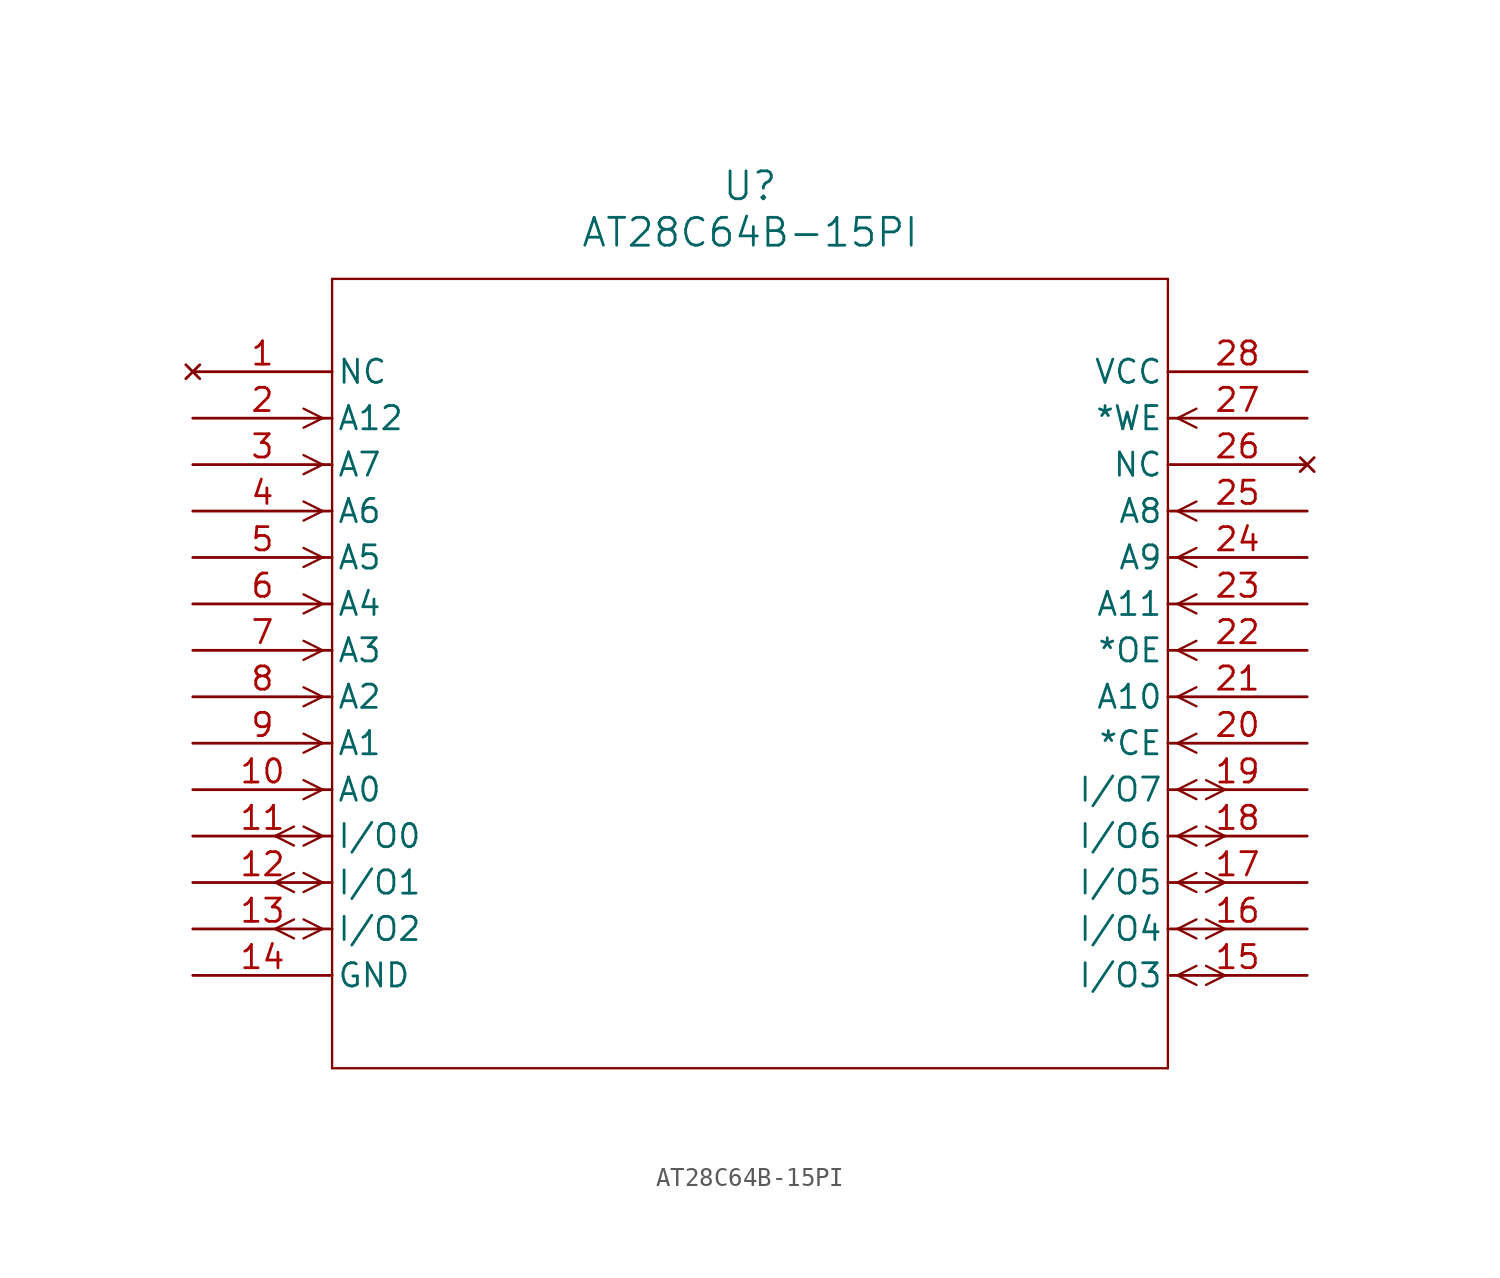
<source format=kicad_sym>
(kicad_symbol_lib
  (version 20211014)
  (generator kicad_symbol_editor)
  (symbol "AT28C64B-15PI"
    (pin_names
      (offset 0.254))
    (property "Reference" "U"
      (at 30.48 10.16 0)
      (effects (font (size 1.524 1.524))))
    (property "Value" "AT28C64B-15PI"
      (at 30.48 7.62 0)
      (effects (font (size 1.524 1.524))))
    (symbol "AT28C64B-15PI_0_1"
      (polyline (pts (xy 7.099 -2.54) (xy 6.058 -2.019)) (stroke (width 0.127) (type default) (color 0 0 0 0)) (fill (type none)))
      (polyline (pts (xy 7.099 -2.54) (xy 6.058 -3.061)) (stroke (width 0.127) (type default) (color 0 0 0 0)) (fill (type none)))
      (polyline (pts (xy 7.099 -5.08) (xy 6.058 -4.559)) (stroke (width 0.127) (type default) (color 0 0 0 0)) (fill (type none)))
      (polyline (pts (xy 7.099 -5.08) (xy 6.058 -5.601)) (stroke (width 0.127) (type default) (color 0 0 0 0)) (fill (type none)))
      (polyline (pts (xy 7.099 -7.62) (xy 6.058 -7.099)) (stroke (width 0.127) (type default) (color 0 0 0 0)) (fill (type none)))
      (polyline (pts (xy 7.099 -7.62) (xy 6.058 -8.141)) (stroke (width 0.127) (type default) (color 0 0 0 0)) (fill (type none)))
      (polyline (pts (xy 7.099 -10.16) (xy 6.058 -9.639)) (stroke (width 0.127) (type default) (color 0 0 0 0)) (fill (type none)))
      (polyline (pts (xy 7.099 -10.16) (xy 6.058 -10.681)) (stroke (width 0.127) (type default) (color 0 0 0 0)) (fill (type none)))
      (polyline (pts (xy 7.099 -12.7) (xy 6.058 -12.179)) (stroke (width 0.127) (type default) (color 0 0 0 0)) (fill (type none)))
      (polyline (pts (xy 7.099 -12.7) (xy 6.058 -13.221)) (stroke (width 0.127) (type default) (color 0 0 0 0)) (fill (type none)))
      (polyline (pts (xy 7.099 -15.24) (xy 6.058 -14.719)) (stroke (width 0.127) (type default) (color 0 0 0 0)) (fill (type none)))
      (polyline (pts (xy 7.099 -15.24) (xy 6.058 -15.761)) (stroke (width 0.127) (type default) (color 0 0 0 0)) (fill (type none)))
      (polyline (pts (xy 7.099 -17.78) (xy 6.058 -17.259)) (stroke (width 0.127) (type default) (color 0 0 0 0)) (fill (type none)))
      (polyline (pts (xy 7.099 -17.78) (xy 6.058 -18.301)) (stroke (width 0.127) (type default) (color 0 0 0 0)) (fill (type none)))
      (polyline (pts (xy 7.099 -20.32) (xy 6.058 -19.799)) (stroke (width 0.127) (type default) (color 0 0 0 0)) (fill (type none)))
      (polyline (pts (xy 7.099 -20.32) (xy 6.058 -20.841)) (stroke (width 0.127) (type default) (color 0 0 0 0)) (fill (type none)))
      (polyline (pts (xy 7.099 -22.86) (xy 6.058 -22.339)) (stroke (width 0.127) (type default) (color 0 0 0 0)) (fill (type none)))
      (polyline (pts (xy 7.099 -22.86) (xy 6.058 -23.381)) (stroke (width 0.127) (type default) (color 0 0 0 0)) (fill (type none)))
      (polyline (pts (xy 7.099 -25.4) (xy 6.058 -24.879)) (stroke (width 0.127) (type default) (color 0 0 0 0)) (fill (type none)))
      (polyline (pts (xy 7.099 -25.4) (xy 6.058 -25.921)) (stroke (width 0.127) (type default) (color 0 0 0 0)) (fill (type none)))
      (polyline (pts (xy 5.537 -24.879) (xy 4.496 -25.4)) (stroke (width 0.127) (type default) (color 0 0 0 0)) (fill (type none)))
      (polyline (pts (xy 5.537 -25.921) (xy 4.496 -25.4)) (stroke (width 0.127) (type default) (color 0 0 0 0)) (fill (type none)))
      (polyline (pts (xy 7.099 -27.94) (xy 6.058 -27.419)) (stroke (width 0.127) (type default) (color 0 0 0 0)) (fill (type none)))
      (polyline (pts (xy 7.099 -27.94) (xy 6.058 -28.461)) (stroke (width 0.127) (type default) (color 0 0 0 0)) (fill (type none)))
      (polyline (pts (xy 5.537 -27.419) (xy 4.496 -27.94)) (stroke (width 0.127) (type default) (color 0 0 0 0)) (fill (type none)))
      (polyline (pts (xy 5.537 -28.461) (xy 4.496 -27.94)) (stroke (width 0.127) (type default) (color 0 0 0 0)) (fill (type none)))
      (polyline (pts (xy 7.099 -30.48) (xy 6.058 -29.959)) (stroke (width 0.127) (type default) (color 0 0 0 0)) (fill (type none)))
      (polyline (pts (xy 7.099 -30.48) (xy 6.058 -31.001)) (stroke (width 0.127) (type default) (color 0 0 0 0)) (fill (type none)))
      (polyline (pts (xy 5.537 -29.959) (xy 4.496 -30.48)) (stroke (width 0.127) (type default) (color 0 0 0 0)) (fill (type none)))
      (polyline (pts (xy 5.537 -31.001) (xy 4.496 -30.48)) (stroke (width 0.127) (type default) (color 0 0 0 0)) (fill (type none)))
      (polyline (pts (xy 53.861 -33.02) (xy 54.902 -32.499)) (stroke (width 0.127) (type default) (color 0 0 0 0)) (fill (type none)))
      (polyline (pts (xy 53.861 -33.02) (xy 54.902 -33.541)) (stroke (width 0.127) (type default) (color 0 0 0 0)) (fill (type none)))
      (polyline (pts (xy 55.423 -32.499) (xy 56.464 -33.02)) (stroke (width 0.127) (type default) (color 0 0 0 0)) (fill (type none)))
      (polyline (pts (xy 55.423 -33.541) (xy 56.464 -33.02)) (stroke (width 0.127) (type default) (color 0 0 0 0)) (fill (type none)))
      (polyline (pts (xy 53.861 -30.48) (xy 54.902 -29.959)) (stroke (width 0.127) (type default) (color 0 0 0 0)) (fill (type none)))
      (polyline (pts (xy 53.861 -30.48) (xy 54.902 -31.001)) (stroke (width 0.127) (type default) (color 0 0 0 0)) (fill (type none)))
      (polyline (pts (xy 55.423 -29.959) (xy 56.464 -30.48)) (stroke (width 0.127) (type default) (color 0 0 0 0)) (fill (type none)))
      (polyline (pts (xy 55.423 -31.001) (xy 56.464 -30.48)) (stroke (width 0.127) (type default) (color 0 0 0 0)) (fill (type none)))
      (polyline (pts (xy 53.861 -27.94) (xy 54.902 -27.419)) (stroke (width 0.127) (type default) (color 0 0 0 0)) (fill (type none)))
      (polyline (pts (xy 53.861 -27.94) (xy 54.902 -28.461)) (stroke (width 0.127) (type default) (color 0 0 0 0)) (fill (type none)))
      (polyline (pts (xy 55.423 -27.419) (xy 56.464 -27.94)) (stroke (width 0.127) (type default) (color 0 0 0 0)) (fill (type none)))
      (polyline (pts (xy 55.423 -28.461) (xy 56.464 -27.94)) (stroke (width 0.127) (type default) (color 0 0 0 0)) (fill (type none)))
      (polyline (pts (xy 53.861 -25.4) (xy 54.902 -24.879)) (stroke (width 0.127) (type default) (color 0 0 0 0)) (fill (type none)))
      (polyline (pts (xy 53.861 -25.4) (xy 54.902 -25.921)) (stroke (width 0.127) (type default) (color 0 0 0 0)) (fill (type none)))
      (polyline (pts (xy 55.423 -24.879) (xy 56.464 -25.4)) (stroke (width 0.127) (type default) (color 0 0 0 0)) (fill (type none)))
      (polyline (pts (xy 55.423 -25.921) (xy 56.464 -25.4)) (stroke (width 0.127) (type default) (color 0 0 0 0)) (fill (type none)))
      (polyline (pts (xy 53.861 -22.86) (xy 54.902 -22.339)) (stroke (width 0.127) (type default) (color 0 0 0 0)) (fill (type none)))
      (polyline (pts (xy 53.861 -22.86) (xy 54.902 -23.381)) (stroke (width 0.127) (type default) (color 0 0 0 0)) (fill (type none)))
      (polyline (pts (xy 55.423 -22.339) (xy 56.464 -22.86)) (stroke (width 0.127) (type default) (color 0 0 0 0)) (fill (type none)))
      (polyline (pts (xy 55.423 -23.381) (xy 56.464 -22.86)) (stroke (width 0.127) (type default) (color 0 0 0 0)) (fill (type none)))
      (polyline (pts (xy 53.861 -20.32) (xy 54.902 -19.799)) (stroke (width 0.127) (type default) (color 0 0 0 0)) (fill (type none)))
      (polyline (pts (xy 53.861 -20.32) (xy 54.902 -20.841)) (stroke (width 0.127) (type default) (color 0 0 0 0)) (fill (type none)))
      (polyline (pts (xy 53.861 -17.78) (xy 54.902 -17.259)) (stroke (width 0.127) (type default) (color 0 0 0 0)) (fill (type none)))
      (polyline (pts (xy 53.861 -17.78) (xy 54.902 -18.301)) (stroke (width 0.127) (type default) (color 0 0 0 0)) (fill (type none)))
      (polyline (pts (xy 53.861 -15.24) (xy 54.902 -14.719)) (stroke (width 0.127) (type default) (color 0 0 0 0)) (fill (type none)))
      (polyline (pts (xy 53.861 -15.24) (xy 54.902 -15.761)) (stroke (width 0.127) (type default) (color 0 0 0 0)) (fill (type none)))
      (polyline (pts (xy 53.861 -12.7) (xy 54.902 -12.179)) (stroke (width 0.127) (type default) (color 0 0 0 0)) (fill (type none)))
      (polyline (pts (xy 53.861 -12.7) (xy 54.902 -13.221)) (stroke (width 0.127) (type default) (color 0 0 0 0)) (fill (type none)))
      (polyline (pts (xy 53.861 -10.16) (xy 54.902 -9.639)) (stroke (width 0.127) (type default) (color 0 0 0 0)) (fill (type none)))
      (polyline (pts (xy 53.861 -10.16) (xy 54.902 -10.681)) (stroke (width 0.127) (type default) (color 0 0 0 0)) (fill (type none)))
      (polyline (pts (xy 53.861 -7.62) (xy 54.902 -7.099)) (stroke (width 0.127) (type default) (color 0 0 0 0)) (fill (type none)))
      (polyline (pts (xy 53.861 -7.62) (xy 54.902 -8.141)) (stroke (width 0.127) (type default) (color 0 0 0 0)) (fill (type none)))
      (polyline (pts (xy 53.861 -2.54) (xy 54.902 -2.019)) (stroke (width 0.127) (type default) (color 0 0 0 0)) (fill (type none)))
      (polyline (pts (xy 53.861 -2.54) (xy 54.902 -3.061)) (stroke (width 0.127) (type default) (color 0 0 0 0)) (fill (type none)))
      (polyline (pts (xy 7.62 5.08) (xy 7.62 -38.1)) (stroke (width 0.127) (type default) (color 0 0 0 0)) (fill (type none)))
      (polyline (pts (xy 7.62 -38.1) (xy 53.34 -38.1)) (stroke (width 0.127) (type default) (color 0 0 0 0)) (fill (type none)))
      (polyline (pts (xy 53.34 -38.1) (xy 53.34 5.08)) (stroke (width 0.127) (type default) (color 0 0 0 0)) (fill (type none)))
      (polyline (pts (xy 53.34 5.08) (xy 7.62 5.08)) (stroke (width 0.127) (type default) (color 0 0 0 0)) (fill (type none)))
      (pin no_connect line (at 0 0 0) (length 7.62) (name "NC" (effects (font (size 1.27 1.27)))) (number "1" (effects (font (size 1.27 1.27)))))
      (pin input line (at 0 -2.54 0) (length 7.62) (name "A12" (effects (font (size 1.27 1.27)))) (number "2" (effects (font (size 1.27 1.27)))))
      (pin input line (at 0 -5.08 0) (length 7.62) (name "A7" (effects (font (size 1.27 1.27)))) (number "3" (effects (font (size 1.27 1.27)))))
      (pin input line (at 0 -7.62 0) (length 7.62) (name "A6" (effects (font (size 1.27 1.27)))) (number "4" (effects (font (size 1.27 1.27)))))
      (pin input line (at 0 -10.16 0) (length 7.62) (name "A5" (effects (font (size 1.27 1.27)))) (number "5" (effects (font (size 1.27 1.27)))))
      (pin input line (at 0 -12.7 0) (length 7.62) (name "A4" (effects (font (size 1.27 1.27)))) (number "6" (effects (font (size 1.27 1.27)))))
      (pin input line (at 0 -15.24 0) (length 7.62) (name "A3" (effects (font (size 1.27 1.27)))) (number "7" (effects (font (size 1.27 1.27)))))
      (pin input line (at 0 -17.78 0) (length 7.62) (name "A2" (effects (font (size 1.27 1.27)))) (number "8" (effects (font (size 1.27 1.27)))))
      (pin input line (at 0 -20.32 0) (length 7.62) (name "A1" (effects (font (size 1.27 1.27)))) (number "9" (effects (font (size 1.27 1.27)))))
      (pin input line (at 0 -22.86 0) (length 7.62) (name "A0" (effects (font (size 1.27 1.27)))) (number "10" (effects (font (size 1.27 1.27)))))
      (pin bidirectional line (at 0 -25.4 0) (length 7.62) (name "I/O0" (effects (font (size 1.27 1.27)))) (number "11" (effects (font (size 1.27 1.27)))))
      (pin bidirectional line (at 0 -27.94 0) (length 7.62) (name "I/O1" (effects (font (size 1.27 1.27)))) (number "12" (effects (font (size 1.27 1.27)))))
      (pin bidirectional line (at 0 -30.48 0) (length 7.62) (name "I/O2" (effects (font (size 1.27 1.27)))) (number "13" (effects (font (size 1.27 1.27)))))
      (pin power_in line (at 0 -33.02 0) (length 7.62) (name "GND" (effects (font (size 1.27 1.27)))) (number "14" (effects (font (size 1.27 1.27)))))
      (pin bidirectional line (at 60.96 -33.02 180) (length 7.62) (name "I/O3" (effects (font (size 1.27 1.27)))) (number "15" (effects (font (size 1.27 1.27)))))
      (pin bidirectional line (at 60.96 -30.48 180) (length 7.62) (name "I/O4" (effects (font (size 1.27 1.27)))) (number "16" (effects (font (size 1.27 1.27)))))
      (pin bidirectional line (at 60.96 -27.94 180) (length 7.62) (name "I/O5" (effects (font (size 1.27 1.27)))) (number "17" (effects (font (size 1.27 1.27)))))
      (pin bidirectional line (at 60.96 -25.4 180) (length 7.62) (name "I/O6" (effects (font (size 1.27 1.27)))) (number "18" (effects (font (size 1.27 1.27)))))
      (pin bidirectional line (at 60.96 -22.86 180) (length 7.62) (name "I/O7" (effects (font (size 1.27 1.27)))) (number "19" (effects (font (size 1.27 1.27)))))
      (pin input line (at 60.96 -20.32 180) (length 7.62) (name "*CE" (effects (font (size 1.27 1.27)))) (number "20" (effects (font (size 1.27 1.27)))))
      (pin input line (at 60.96 -17.78 180) (length 7.62) (name "A10" (effects (font (size 1.27 1.27)))) (number "21" (effects (font (size 1.27 1.27)))))
      (pin input line (at 60.96 -15.24 180) (length 7.62) (name "*OE" (effects (font (size 1.27 1.27)))) (number "22" (effects (font (size 1.27 1.27)))))
      (pin input line (at 60.96 -12.7 180) (length 7.62) (name "A11" (effects (font (size 1.27 1.27)))) (number "23" (effects (font (size 1.27 1.27)))))
      (pin input line (at 60.96 -10.16 180) (length 7.62) (name "A9" (effects (font (size 1.27 1.27)))) (number "24" (effects (font (size 1.27 1.27)))))
      (pin input line (at 60.96 -7.62 180) (length 7.62) (name "A8" (effects (font (size 1.27 1.27)))) (number "25" (effects (font (size 1.27 1.27)))))
      (pin no_connect line (at 60.96 -5.08 180) (length 7.62) (name "NC" (effects (font (size 1.27 1.27)))) (number "26" (effects (font (size 1.27 1.27)))))
      (pin input line (at 60.96 -2.54 180) (length 7.62) (name "*WE" (effects (font (size 1.27 1.27)))) (number "27" (effects (font (size 1.27 1.27)))))
      (pin power_in line (at 60.96 0 180) (length 7.62) (name "VCC" (effects (font (size 1.27 1.27)))) (number "28" (effects (font (size 1.27 1.27))))))))
</source>
